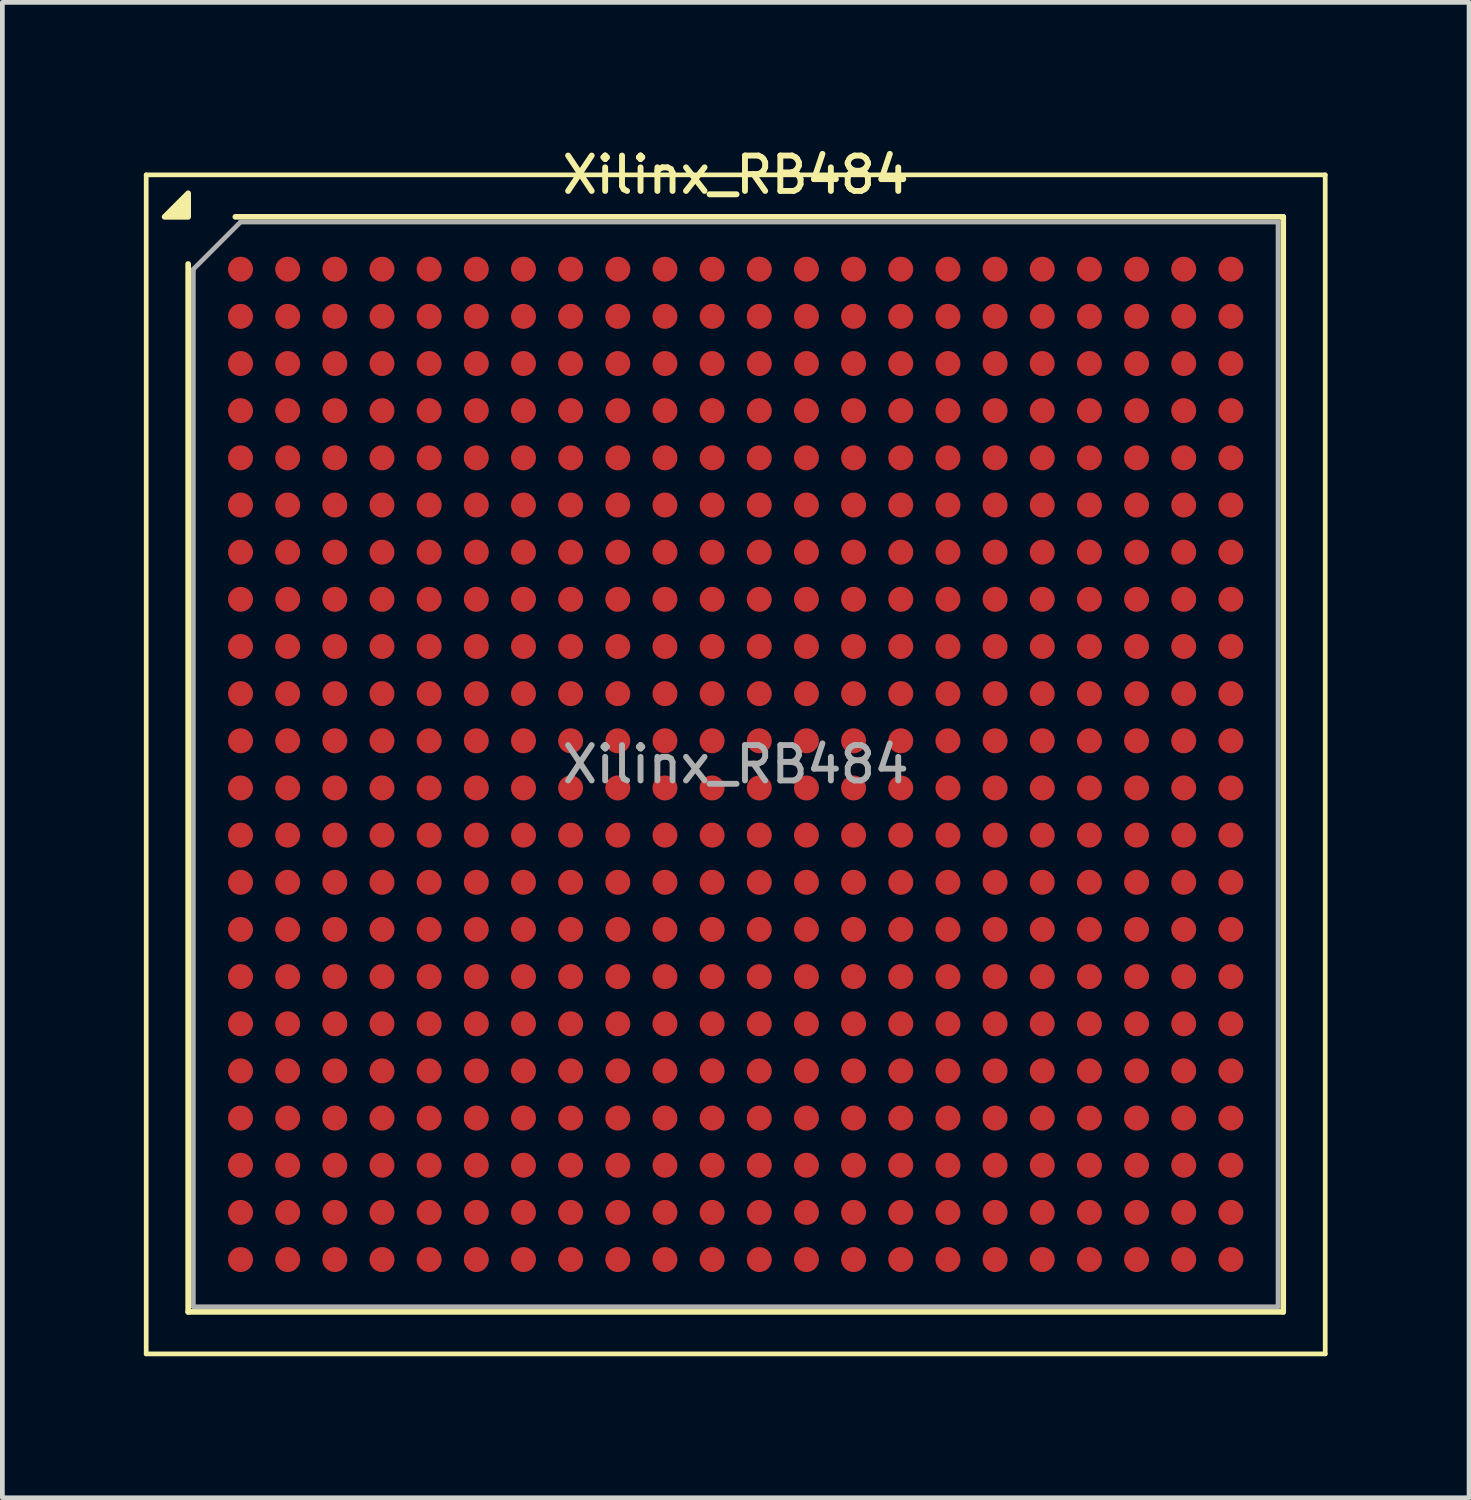
<source format=kicad_pcb>
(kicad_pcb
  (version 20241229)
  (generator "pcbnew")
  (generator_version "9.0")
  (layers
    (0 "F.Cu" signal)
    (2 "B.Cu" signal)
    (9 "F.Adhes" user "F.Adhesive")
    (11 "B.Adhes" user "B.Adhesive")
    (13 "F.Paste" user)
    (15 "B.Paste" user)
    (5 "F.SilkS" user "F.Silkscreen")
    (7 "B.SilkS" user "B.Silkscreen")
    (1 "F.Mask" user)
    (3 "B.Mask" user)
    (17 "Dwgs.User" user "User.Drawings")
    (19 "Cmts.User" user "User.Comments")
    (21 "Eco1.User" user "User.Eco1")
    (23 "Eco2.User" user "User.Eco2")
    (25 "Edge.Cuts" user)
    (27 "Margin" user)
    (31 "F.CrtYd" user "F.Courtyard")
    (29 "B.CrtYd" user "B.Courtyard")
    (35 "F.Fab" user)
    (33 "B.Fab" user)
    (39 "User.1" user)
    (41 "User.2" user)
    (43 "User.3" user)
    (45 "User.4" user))
  (footprint "Xilinx_RB484"
    (layer "F.Cu")
    (at 12.55 13.158)
    (property "Reference" "Xilinx_RB484" (at 0 -12.5 0) (layer "F.SilkS") (effects (font (size 0.75 0.75) (thickness 0.125))))
    (attr smd)
    (fp_line (start -12.5 -12.5) (end -12.5 12.5) (stroke (width 0.1) (type solid)) (layer "F.SilkS"))
    (fp_line (start -12.5 12.5) (end 12.5 12.5) (stroke (width 0.1) (type solid)) (layer "F.SilkS"))
    (fp_line (start -11.61 11.61) (end -11.61 -10.61) (stroke (width 0.12) (type solid)) (layer "F.SilkS"))
    (fp_line (start -10.61 -11.61) (end 11.61 -11.61) (stroke (width 0.12) (type solid)) (layer "F.SilkS"))
    (fp_line (start 11.61 -11.61) (end 11.61 11.61) (stroke (width 0.12) (type solid)) (layer "F.SilkS"))
    (fp_line (start 11.61 11.61) (end -11.61 11.61) (stroke (width 0.12) (type solid)) (layer "F.SilkS"))
    (fp_line (start 12.5 -12.5) (end -12.5 -12.5) (stroke (width 0.1) (type solid)) (layer "F.SilkS"))
    (fp_line (start 12.5 12.5) (end 12.5 -12.5) (stroke (width 0.1) (type solid)) (layer "F.SilkS"))
    (fp_poly (pts (xy -11.61 -11.61) (xy -12.11 -11.61) (xy -11.61 -12.11) (xy -11.61 -11.61)) (stroke (width 0.12) (type solid)) (fill yes) (layer "F.SilkS"))
    (fp_line (start -11.5 -10.5) (end -10.5 -11.5) (stroke (width 0.1) (type solid)) (layer "F.Fab"))
    (fp_line (start -11.5 11.5) (end -11.5 -10.5) (stroke (width 0.1) (type solid)) (layer "F.Fab"))
    (fp_line (start -10.5 -11.5) (end 11.5 -11.5) (stroke (width 0.1) (type solid)) (layer "F.Fab"))
    (fp_line (start 11.5 -11.5) (end 11.5 11.5) (stroke (width 0.1) (type solid)) (layer "F.Fab"))
    (fp_line (start 11.5 11.5) (end -11.5 11.5) (stroke (width 0.1) (type solid)) (layer "F.Fab"))
    (fp_text user "${REFERENCE}" (at 0 0 0) (layer "F.Fab") (effects (font (size 0.75 0.75) (thickness 0.125))))
    (pad "A1" smd circle (at -10.5 -10.5) (size 0.53 0.53) (property pad_prop_bga) (layers "F.Cu" "F.Mask" "F.Paste"))
    (pad "A2" smd circle (at -9.5 -10.5) (size 0.53 0.53) (property pad_prop_bga) (layers "F.Cu" "F.Mask" "F.Paste"))
    (pad "A3" smd circle (at -8.5 -10.5) (size 0.53 0.53) (property pad_prop_bga) (layers "F.Cu" "F.Mask" "F.Paste"))
    (pad "A4" smd circle (at -7.5 -10.5) (size 0.53 0.53) (property pad_prop_bga) (layers "F.Cu" "F.Mask" "F.Paste"))
    (pad "A5" smd circle (at -6.5 -10.5) (size 0.53 0.53) (property pad_prop_bga) (layers "F.Cu" "F.Mask" "F.Paste"))
    (pad "A6" smd circle (at -5.5 -10.5) (size 0.53 0.53) (property pad_prop_bga) (layers "F.Cu" "F.Mask" "F.Paste"))
    (pad "A7" smd circle (at -4.5 -10.5) (size 0.53 0.53) (property pad_prop_bga) (layers "F.Cu" "F.Mask" "F.Paste"))
    (pad "A8" smd circle (at -3.5 -10.5) (size 0.53 0.53) (property pad_prop_bga) (layers "F.Cu" "F.Mask" "F.Paste"))
    (pad "A9" smd circle (at -2.5 -10.5) (size 0.53 0.53) (property pad_prop_bga) (layers "F.Cu" "F.Mask" "F.Paste"))
    (pad "A10" smd circle (at -1.5 -10.5) (size 0.53 0.53) (property pad_prop_bga) (layers "F.Cu" "F.Mask" "F.Paste"))
    (pad "A11" smd circle (at -0.5 -10.5) (size 0.53 0.53) (property pad_prop_bga) (layers "F.Cu" "F.Mask" "F.Paste"))
    (pad "A12" smd circle (at 0.5 -10.5) (size 0.53 0.53) (property pad_prop_bga) (layers "F.Cu" "F.Mask" "F.Paste"))
    (pad "A13" smd circle (at 1.5 -10.5) (size 0.53 0.53) (property pad_prop_bga) (layers "F.Cu" "F.Mask" "F.Paste"))
    (pad "A14" smd circle (at 2.5 -10.5) (size 0.53 0.53) (property pad_prop_bga) (layers "F.Cu" "F.Mask" "F.Paste"))
    (pad "A15" smd circle (at 3.5 -10.5) (size 0.53 0.53) (property pad_prop_bga) (layers "F.Cu" "F.Mask" "F.Paste"))
    (pad "A16" smd circle (at 4.5 -10.5) (size 0.53 0.53) (property pad_prop_bga) (layers "F.Cu" "F.Mask" "F.Paste"))
    (pad "A17" smd circle (at 5.5 -10.5) (size 0.53 0.53) (property pad_prop_bga) (layers "F.Cu" "F.Mask" "F.Paste"))
    (pad "A18" smd circle (at 6.5 -10.5) (size 0.53 0.53) (property pad_prop_bga) (layers "F.Cu" "F.Mask" "F.Paste"))
    (pad "A19" smd circle (at 7.5 -10.5) (size 0.53 0.53) (property pad_prop_bga) (layers "F.Cu" "F.Mask" "F.Paste"))
    (pad "A20" smd circle (at 8.5 -10.5) (size 0.53 0.53) (property pad_prop_bga) (layers "F.Cu" "F.Mask" "F.Paste"))
    (pad "A21" smd circle (at 9.5 -10.5) (size 0.53 0.53) (property pad_prop_bga) (layers "F.Cu" "F.Mask" "F.Paste"))
    (pad "A22" smd circle (at 10.5 -10.5) (size 0.53 0.53) (property pad_prop_bga) (layers "F.Cu" "F.Mask" "F.Paste"))
    (pad "AA1" smd circle (at -10.5 9.5) (size 0.53 0.53) (property pad_prop_bga) (layers "F.Cu" "F.Mask" "F.Paste"))
    (pad "AA2" smd circle (at -9.5 9.5) (size 0.53 0.53) (property pad_prop_bga) (layers "F.Cu" "F.Mask" "F.Paste"))
    (pad "AA3" smd circle (at -8.5 9.5) (size 0.53 0.53) (property pad_prop_bga) (layers "F.Cu" "F.Mask" "F.Paste"))
    (pad "AA4" smd circle (at -7.5 9.5) (size 0.53 0.53) (property pad_prop_bga) (layers "F.Cu" "F.Mask" "F.Paste"))
    (pad "AA5" smd circle (at -6.5 9.5) (size 0.53 0.53) (property pad_prop_bga) (layers "F.Cu" "F.Mask" "F.Paste"))
    (pad "AA6" smd circle (at -5.5 9.5) (size 0.53 0.53) (property pad_prop_bga) (layers "F.Cu" "F.Mask" "F.Paste"))
    (pad "AA7" smd circle (at -4.5 9.5) (size 0.53 0.53) (property pad_prop_bga) (layers "F.Cu" "F.Mask" "F.Paste"))
    (pad "AA8" smd circle (at -3.5 9.5) (size 0.53 0.53) (property pad_prop_bga) (layers "F.Cu" "F.Mask" "F.Paste"))
    (pad "AA9" smd circle (at -2.5 9.5) (size 0.53 0.53) (property pad_prop_bga) (layers "F.Cu" "F.Mask" "F.Paste"))
    (pad "AA10" smd circle (at -1.5 9.5) (size 0.53 0.53) (property pad_prop_bga) (layers "F.Cu" "F.Mask" "F.Paste"))
    (pad "AA11" smd circle (at -0.5 9.5) (size 0.53 0.53) (property pad_prop_bga) (layers "F.Cu" "F.Mask" "F.Paste"))
    (pad "AA12" smd circle (at 0.5 9.5) (size 0.53 0.53) (property pad_prop_bga) (layers "F.Cu" "F.Mask" "F.Paste"))
    (pad "AA13" smd circle (at 1.5 9.5) (size 0.53 0.53) (property pad_prop_bga) (layers "F.Cu" "F.Mask" "F.Paste"))
    (pad "AA14" smd circle (at 2.5 9.5) (size 0.53 0.53) (property pad_prop_bga) (layers "F.Cu" "F.Mask" "F.Paste"))
    (pad "AA15" smd circle (at 3.5 9.5) (size 0.53 0.53) (property pad_prop_bga) (layers "F.Cu" "F.Mask" "F.Paste"))
    (pad "AA16" smd circle (at 4.5 9.5) (size 0.53 0.53) (property pad_prop_bga) (layers "F.Cu" "F.Mask" "F.Paste"))
    (pad "AA17" smd circle (at 5.5 9.5) (size 0.53 0.53) (property pad_prop_bga) (layers "F.Cu" "F.Mask" "F.Paste"))
    (pad "AA18" smd circle (at 6.5 9.5) (size 0.53 0.53) (property pad_prop_bga) (layers "F.Cu" "F.Mask" "F.Paste"))
    (pad "AA19" smd circle (at 7.5 9.5) (size 0.53 0.53) (property pad_prop_bga) (layers "F.Cu" "F.Mask" "F.Paste"))
    (pad "AA20" smd circle (at 8.5 9.5) (size 0.53 0.53) (property pad_prop_bga) (layers "F.Cu" "F.Mask" "F.Paste"))
    (pad "AA21" smd circle (at 9.5 9.5) (size 0.53 0.53) (property pad_prop_bga) (layers "F.Cu" "F.Mask" "F.Paste"))
    (pad "AA22" smd circle (at 10.5 9.5) (size 0.53 0.53) (property pad_prop_bga) (layers "F.Cu" "F.Mask" "F.Paste"))
    (pad "AB1" smd circle (at -10.5 10.5) (size 0.53 0.53) (property pad_prop_bga) (layers "F.Cu" "F.Mask" "F.Paste"))
    (pad "AB2" smd circle (at -9.5 10.5) (size 0.53 0.53) (property pad_prop_bga) (layers "F.Cu" "F.Mask" "F.Paste"))
    (pad "AB3" smd circle (at -8.5 10.5) (size 0.53 0.53) (property pad_prop_bga) (layers "F.Cu" "F.Mask" "F.Paste"))
    (pad "AB4" smd circle (at -7.5 10.5) (size 0.53 0.53) (property pad_prop_bga) (layers "F.Cu" "F.Mask" "F.Paste"))
    (pad "AB5" smd circle (at -6.5 10.5) (size 0.53 0.53) (property pad_prop_bga) (layers "F.Cu" "F.Mask" "F.Paste"))
    (pad "AB6" smd circle (at -5.5 10.5) (size 0.53 0.53) (property pad_prop_bga) (layers "F.Cu" "F.Mask" "F.Paste"))
    (pad "AB7" smd circle (at -4.5 10.5) (size 0.53 0.53) (property pad_prop_bga) (layers "F.Cu" "F.Mask" "F.Paste"))
    (pad "AB8" smd circle (at -3.5 10.5) (size 0.53 0.53) (property pad_prop_bga) (layers "F.Cu" "F.Mask" "F.Paste"))
    (pad "AB9" smd circle (at -2.5 10.5) (size 0.53 0.53) (property pad_prop_bga) (layers "F.Cu" "F.Mask" "F.Paste"))
    (pad "AB10" smd circle (at -1.5 10.5) (size 0.53 0.53) (property pad_prop_bga) (layers "F.Cu" "F.Mask" "F.Paste"))
    (pad "AB11" smd circle (at -0.5 10.5) (size 0.53 0.53) (property pad_prop_bga) (layers "F.Cu" "F.Mask" "F.Paste"))
    (pad "AB12" smd circle (at 0.5 10.5) (size 0.53 0.53) (property pad_prop_bga) (layers "F.Cu" "F.Mask" "F.Paste"))
    (pad "AB13" smd circle (at 1.5 10.5) (size 0.53 0.53) (property pad_prop_bga) (layers "F.Cu" "F.Mask" "F.Paste"))
    (pad "AB14" smd circle (at 2.5 10.5) (size 0.53 0.53) (property pad_prop_bga) (layers "F.Cu" "F.Mask" "F.Paste"))
    (pad "AB15" smd circle (at 3.5 10.5) (size 0.53 0.53) (property pad_prop_bga) (layers "F.Cu" "F.Mask" "F.Paste"))
    (pad "AB16" smd circle (at 4.5 10.5) (size 0.53 0.53) (property pad_prop_bga) (layers "F.Cu" "F.Mask" "F.Paste"))
    (pad "AB17" smd circle (at 5.5 10.5) (size 0.53 0.53) (property pad_prop_bga) (layers "F.Cu" "F.Mask" "F.Paste"))
    (pad "AB18" smd circle (at 6.5 10.5) (size 0.53 0.53) (property pad_prop_bga) (layers "F.Cu" "F.Mask" "F.Paste"))
    (pad "AB19" smd circle (at 7.5 10.5) (size 0.53 0.53) (property pad_prop_bga) (layers "F.Cu" "F.Mask" "F.Paste"))
    (pad "AB20" smd circle (at 8.5 10.5) (size 0.53 0.53) (property pad_prop_bga) (layers "F.Cu" "F.Mask" "F.Paste"))
    (pad "AB21" smd circle (at 9.5 10.5) (size 0.53 0.53) (property pad_prop_bga) (layers "F.Cu" "F.Mask" "F.Paste"))
    (pad "AB22" smd circle (at 10.5 10.5) (size 0.53 0.53) (property pad_prop_bga) (layers "F.Cu" "F.Mask" "F.Paste"))
    (pad "B1" smd circle (at -10.5 -9.5) (size 0.53 0.53) (property pad_prop_bga) (layers "F.Cu" "F.Mask" "F.Paste"))
    (pad "B2" smd circle (at -9.5 -9.5) (size 0.53 0.53) (property pad_prop_bga) (layers "F.Cu" "F.Mask" "F.Paste"))
    (pad "B3" smd circle (at -8.5 -9.5) (size 0.53 0.53) (property pad_prop_bga) (layers "F.Cu" "F.Mask" "F.Paste"))
    (pad "B4" smd circle (at -7.5 -9.5) (size 0.53 0.53) (property pad_prop_bga) (layers "F.Cu" "F.Mask" "F.Paste"))
    (pad "B5" smd circle (at -6.5 -9.5) (size 0.53 0.53) (property pad_prop_bga) (layers "F.Cu" "F.Mask" "F.Paste"))
    (pad "B6" smd circle (at -5.5 -9.5) (size 0.53 0.53) (property pad_prop_bga) (layers "F.Cu" "F.Mask" "F.Paste"))
    (pad "B7" smd circle (at -4.5 -9.5) (size 0.53 0.53) (property pad_prop_bga) (layers "F.Cu" "F.Mask" "F.Paste"))
    (pad "B8" smd circle (at -3.5 -9.5) (size 0.53 0.53) (property pad_prop_bga) (layers "F.Cu" "F.Mask" "F.Paste"))
    (pad "B9" smd circle (at -2.5 -9.5) (size 0.53 0.53) (property pad_prop_bga) (layers "F.Cu" "F.Mask" "F.Paste"))
    (pad "B10" smd circle (at -1.5 -9.5) (size 0.53 0.53) (property pad_prop_bga) (layers "F.Cu" "F.Mask" "F.Paste"))
    (pad "B11" smd circle (at -0.5 -9.5) (size 0.53 0.53) (property pad_prop_bga) (layers "F.Cu" "F.Mask" "F.Paste"))
    (pad "B12" smd circle (at 0.5 -9.5) (size 0.53 0.53) (property pad_prop_bga) (layers "F.Cu" "F.Mask" "F.Paste"))
    (pad "B13" smd circle (at 1.5 -9.5) (size 0.53 0.53) (property pad_prop_bga) (layers "F.Cu" "F.Mask" "F.Paste"))
    (pad "B14" smd circle (at 2.5 -9.5) (size 0.53 0.53) (property pad_prop_bga) (layers "F.Cu" "F.Mask" "F.Paste"))
    (pad "B15" smd circle (at 3.5 -9.5) (size 0.53 0.53) (property pad_prop_bga) (layers "F.Cu" "F.Mask" "F.Paste"))
    (pad "B16" smd circle (at 4.5 -9.5) (size 0.53 0.53) (property pad_prop_bga) (layers "F.Cu" "F.Mask" "F.Paste"))
    (pad "B17" smd circle (at 5.5 -9.5) (size 0.53 0.53) (property pad_prop_bga) (layers "F.Cu" "F.Mask" "F.Paste"))
    (pad "B18" smd circle (at 6.5 -9.5) (size 0.53 0.53) (property pad_prop_bga) (layers "F.Cu" "F.Mask" "F.Paste"))
    (pad "B19" smd circle (at 7.5 -9.5) (size 0.53 0.53) (property pad_prop_bga) (layers "F.Cu" "F.Mask" "F.Paste"))
    (pad "B20" smd circle (at 8.5 -9.5) (size 0.53 0.53) (property pad_prop_bga) (layers "F.Cu" "F.Mask" "F.Paste"))
    (pad "B21" smd circle (at 9.5 -9.5) (size 0.53 0.53) (property pad_prop_bga) (layers "F.Cu" "F.Mask" "F.Paste"))
    (pad "B22" smd circle (at 10.5 -9.5) (size 0.53 0.53) (property pad_prop_bga) (layers "F.Cu" "F.Mask" "F.Paste"))
    (pad "C1" smd circle (at -10.5 -8.5) (size 0.53 0.53) (property pad_prop_bga) (layers "F.Cu" "F.Mask" "F.Paste"))
    (pad "C2" smd circle (at -9.5 -8.5) (size 0.53 0.53) (property pad_prop_bga) (layers "F.Cu" "F.Mask" "F.Paste"))
    (pad "C3" smd circle (at -8.5 -8.5) (size 0.53 0.53) (property pad_prop_bga) (layers "F.Cu" "F.Mask" "F.Paste"))
    (pad "C4" smd circle (at -7.5 -8.5) (size 0.53 0.53) (property pad_prop_bga) (layers "F.Cu" "F.Mask" "F.Paste"))
    (pad "C5" smd circle (at -6.5 -8.5) (size 0.53 0.53) (property pad_prop_bga) (layers "F.Cu" "F.Mask" "F.Paste"))
    (pad "C6" smd circle (at -5.5 -8.5) (size 0.53 0.53) (property pad_prop_bga) (layers "F.Cu" "F.Mask" "F.Paste"))
    (pad "C7" smd circle (at -4.5 -8.5) (size 0.53 0.53) (property pad_prop_bga) (layers "F.Cu" "F.Mask" "F.Paste"))
    (pad "C8" smd circle (at -3.5 -8.5) (size 0.53 0.53) (property pad_prop_bga) (layers "F.Cu" "F.Mask" "F.Paste"))
    (pad "C9" smd circle (at -2.5 -8.5) (size 0.53 0.53) (property pad_prop_bga) (layers "F.Cu" "F.Mask" "F.Paste"))
    (pad "C10" smd circle (at -1.5 -8.5) (size 0.53 0.53) (property pad_prop_bga) (layers "F.Cu" "F.Mask" "F.Paste"))
    (pad "C11" smd circle (at -0.5 -8.5) (size 0.53 0.53) (property pad_prop_bga) (layers "F.Cu" "F.Mask" "F.Paste"))
    (pad "C12" smd circle (at 0.5 -8.5) (size 0.53 0.53) (property pad_prop_bga) (layers "F.Cu" "F.Mask" "F.Paste"))
    (pad "C13" smd circle (at 1.5 -8.5) (size 0.53 0.53) (property pad_prop_bga) (layers "F.Cu" "F.Mask" "F.Paste"))
    (pad "C14" smd circle (at 2.5 -8.5) (size 0.53 0.53) (property pad_prop_bga) (layers "F.Cu" "F.Mask" "F.Paste"))
    (pad "C15" smd circle (at 3.5 -8.5) (size 0.53 0.53) (property pad_prop_bga) (layers "F.Cu" "F.Mask" "F.Paste"))
    (pad "C16" smd circle (at 4.5 -8.5) (size 0.53 0.53) (property pad_prop_bga) (layers "F.Cu" "F.Mask" "F.Paste"))
    (pad "C17" smd circle (at 5.5 -8.5) (size 0.53 0.53) (property pad_prop_bga) (layers "F.Cu" "F.Mask" "F.Paste"))
    (pad "C18" smd circle (at 6.5 -8.5) (size 0.53 0.53) (property pad_prop_bga) (layers "F.Cu" "F.Mask" "F.Paste"))
    (pad "C19" smd circle (at 7.5 -8.5) (size 0.53 0.53) (property pad_prop_bga) (layers "F.Cu" "F.Mask" "F.Paste"))
    (pad "C20" smd circle (at 8.5 -8.5) (size 0.53 0.53) (property pad_prop_bga) (layers "F.Cu" "F.Mask" "F.Paste"))
    (pad "C21" smd circle (at 9.5 -8.5) (size 0.53 0.53) (property pad_prop_bga) (layers "F.Cu" "F.Mask" "F.Paste"))
    (pad "C22" smd circle (at 10.5 -8.5) (size 0.53 0.53) (property pad_prop_bga) (layers "F.Cu" "F.Mask" "F.Paste"))
    (pad "D1" smd circle (at -10.5 -7.5) (size 0.53 0.53) (property pad_prop_bga) (layers "F.Cu" "F.Mask" "F.Paste"))
    (pad "D2" smd circle (at -9.5 -7.5) (size 0.53 0.53) (property pad_prop_bga) (layers "F.Cu" "F.Mask" "F.Paste"))
    (pad "D3" smd circle (at -8.5 -7.5) (size 0.53 0.53) (property pad_prop_bga) (layers "F.Cu" "F.Mask" "F.Paste"))
    (pad "D4" smd circle (at -7.5 -7.5) (size 0.53 0.53) (property pad_prop_bga) (layers "F.Cu" "F.Mask" "F.Paste"))
    (pad "D5" smd circle (at -6.5 -7.5) (size 0.53 0.53) (property pad_prop_bga) (layers "F.Cu" "F.Mask" "F.Paste"))
    (pad "D6" smd circle (at -5.5 -7.5) (size 0.53 0.53) (property pad_prop_bga) (layers "F.Cu" "F.Mask" "F.Paste"))
    (pad "D7" smd circle (at -4.5 -7.5) (size 0.53 0.53) (property pad_prop_bga) (layers "F.Cu" "F.Mask" "F.Paste"))
    (pad "D8" smd circle (at -3.5 -7.5) (size 0.53 0.53) (property pad_prop_bga) (layers "F.Cu" "F.Mask" "F.Paste"))
    (pad "D9" smd circle (at -2.5 -7.5) (size 0.53 0.53) (property pad_prop_bga) (layers "F.Cu" "F.Mask" "F.Paste"))
    (pad "D10" smd circle (at -1.5 -7.5) (size 0.53 0.53) (property pad_prop_bga) (layers "F.Cu" "F.Mask" "F.Paste"))
    (pad "D11" smd circle (at -0.5 -7.5) (size 0.53 0.53) (property pad_prop_bga) (layers "F.Cu" "F.Mask" "F.Paste"))
    (pad "D12" smd circle (at 0.5 -7.5) (size 0.53 0.53) (property pad_prop_bga) (layers "F.Cu" "F.Mask" "F.Paste"))
    (pad "D13" smd circle (at 1.5 -7.5) (size 0.53 0.53) (property pad_prop_bga) (layers "F.Cu" "F.Mask" "F.Paste"))
    (pad "D14" smd circle (at 2.5 -7.5) (size 0.53 0.53) (property pad_prop_bga) (layers "F.Cu" "F.Mask" "F.Paste"))
    (pad "D15" smd circle (at 3.5 -7.5) (size 0.53 0.53) (property pad_prop_bga) (layers "F.Cu" "F.Mask" "F.Paste"))
    (pad "D16" smd circle (at 4.5 -7.5) (size 0.53 0.53) (property pad_prop_bga) (layers "F.Cu" "F.Mask" "F.Paste"))
    (pad "D17" smd circle (at 5.5 -7.5) (size 0.53 0.53) (property pad_prop_bga) (layers "F.Cu" "F.Mask" "F.Paste"))
    (pad "D18" smd circle (at 6.5 -7.5) (size 0.53 0.53) (property pad_prop_bga) (layers "F.Cu" "F.Mask" "F.Paste"))
    (pad "D19" smd circle (at 7.5 -7.5) (size 0.53 0.53) (property pad_prop_bga) (layers "F.Cu" "F.Mask" "F.Paste"))
    (pad "D20" smd circle (at 8.5 -7.5) (size 0.53 0.53) (property pad_prop_bga) (layers "F.Cu" "F.Mask" "F.Paste"))
    (pad "D21" smd circle (at 9.5 -7.5) (size 0.53 0.53) (property pad_prop_bga) (layers "F.Cu" "F.Mask" "F.Paste"))
    (pad "D22" smd circle (at 10.5 -7.5) (size 0.53 0.53) (property pad_prop_bga) (layers "F.Cu" "F.Mask" "F.Paste"))
    (pad "E1" smd circle (at -10.5 -6.5) (size 0.53 0.53) (property pad_prop_bga) (layers "F.Cu" "F.Mask" "F.Paste"))
    (pad "E2" smd circle (at -9.5 -6.5) (size 0.53 0.53) (property pad_prop_bga) (layers "F.Cu" "F.Mask" "F.Paste"))
    (pad "E3" smd circle (at -8.5 -6.5) (size 0.53 0.53) (property pad_prop_bga) (layers "F.Cu" "F.Mask" "F.Paste"))
    (pad "E4" smd circle (at -7.5 -6.5) (size 0.53 0.53) (property pad_prop_bga) (layers "F.Cu" "F.Mask" "F.Paste"))
    (pad "E5" smd circle (at -6.5 -6.5) (size 0.53 0.53) (property pad_prop_bga) (layers "F.Cu" "F.Mask" "F.Paste"))
    (pad "E6" smd circle (at -5.5 -6.5) (size 0.53 0.53) (property pad_prop_bga) (layers "F.Cu" "F.Mask" "F.Paste"))
    (pad "E7" smd circle (at -4.5 -6.5) (size 0.53 0.53) (property pad_prop_bga) (layers "F.Cu" "F.Mask" "F.Paste"))
    (pad "E8" smd circle (at -3.5 -6.5) (size 0.53 0.53) (property pad_prop_bga) (layers "F.Cu" "F.Mask" "F.Paste"))
    (pad "E9" smd circle (at -2.5 -6.5) (size 0.53 0.53) (property pad_prop_bga) (layers "F.Cu" "F.Mask" "F.Paste"))
    (pad "E10" smd circle (at -1.5 -6.5) (size 0.53 0.53) (property pad_prop_bga) (layers "F.Cu" "F.Mask" "F.Paste"))
    (pad "E11" smd circle (at -0.5 -6.5) (size 0.53 0.53) (property pad_prop_bga) (layers "F.Cu" "F.Mask" "F.Paste"))
    (pad "E12" smd circle (at 0.5 -6.5) (size 0.53 0.53) (property pad_prop_bga) (layers "F.Cu" "F.Mask" "F.Paste"))
    (pad "E13" smd circle (at 1.5 -6.5) (size 0.53 0.53) (property pad_prop_bga) (layers "F.Cu" "F.Mask" "F.Paste"))
    (pad "E14" smd circle (at 2.5 -6.5) (size 0.53 0.53) (property pad_prop_bga) (layers "F.Cu" "F.Mask" "F.Paste"))
    (pad "E15" smd circle (at 3.5 -6.5) (size 0.53 0.53) (property pad_prop_bga) (layers "F.Cu" "F.Mask" "F.Paste"))
    (pad "E16" smd circle (at 4.5 -6.5) (size 0.53 0.53) (property pad_prop_bga) (layers "F.Cu" "F.Mask" "F.Paste"))
    (pad "E17" smd circle (at 5.5 -6.5) (size 0.53 0.53) (property pad_prop_bga) (layers "F.Cu" "F.Mask" "F.Paste"))
    (pad "E18" smd circle (at 6.5 -6.5) (size 0.53 0.53) (property pad_prop_bga) (layers "F.Cu" "F.Mask" "F.Paste"))
    (pad "E19" smd circle (at 7.5 -6.5) (size 0.53 0.53) (property pad_prop_bga) (layers "F.Cu" "F.Mask" "F.Paste"))
    (pad "E20" smd circle (at 8.5 -6.5) (size 0.53 0.53) (property pad_prop_bga) (layers "F.Cu" "F.Mask" "F.Paste"))
    (pad "E21" smd circle (at 9.5 -6.5) (size 0.53 0.53) (property pad_prop_bga) (layers "F.Cu" "F.Mask" "F.Paste"))
    (pad "E22" smd circle (at 10.5 -6.5) (size 0.53 0.53) (property pad_prop_bga) (layers "F.Cu" "F.Mask" "F.Paste"))
    (pad "F1" smd circle (at -10.5 -5.5) (size 0.53 0.53) (property pad_prop_bga) (layers "F.Cu" "F.Mask" "F.Paste"))
    (pad "F2" smd circle (at -9.5 -5.5) (size 0.53 0.53) (property pad_prop_bga) (layers "F.Cu" "F.Mask" "F.Paste"))
    (pad "F3" smd circle (at -8.5 -5.5) (size 0.53 0.53) (property pad_prop_bga) (layers "F.Cu" "F.Mask" "F.Paste"))
    (pad "F4" smd circle (at -7.5 -5.5) (size 0.53 0.53) (property pad_prop_bga) (layers "F.Cu" "F.Mask" "F.Paste"))
    (pad "F5" smd circle (at -6.5 -5.5) (size 0.53 0.53) (property pad_prop_bga) (layers "F.Cu" "F.Mask" "F.Paste"))
    (pad "F6" smd circle (at -5.5 -5.5) (size 0.53 0.53) (property pad_prop_bga) (layers "F.Cu" "F.Mask" "F.Paste"))
    (pad "F7" smd circle (at -4.5 -5.5) (size 0.53 0.53) (property pad_prop_bga) (layers "F.Cu" "F.Mask" "F.Paste"))
    (pad "F8" smd circle (at -3.5 -5.5) (size 0.53 0.53) (property pad_prop_bga) (layers "F.Cu" "F.Mask" "F.Paste"))
    (pad "F9" smd circle (at -2.5 -5.5) (size 0.53 0.53) (property pad_prop_bga) (layers "F.Cu" "F.Mask" "F.Paste"))
    (pad "F10" smd circle (at -1.5 -5.5) (size 0.53 0.53) (property pad_prop_bga) (layers "F.Cu" "F.Mask" "F.Paste"))
    (pad "F11" smd circle (at -0.5 -5.5) (size 0.53 0.53) (property pad_prop_bga) (layers "F.Cu" "F.Mask" "F.Paste"))
    (pad "F12" smd circle (at 0.5 -5.5) (size 0.53 0.53) (property pad_prop_bga) (layers "F.Cu" "F.Mask" "F.Paste"))
    (pad "F13" smd circle (at 1.5 -5.5) (size 0.53 0.53) (property pad_prop_bga) (layers "F.Cu" "F.Mask" "F.Paste"))
    (pad "F14" smd circle (at 2.5 -5.5) (size 0.53 0.53) (property pad_prop_bga) (layers "F.Cu" "F.Mask" "F.Paste"))
    (pad "F15" smd circle (at 3.5 -5.5) (size 0.53 0.53) (property pad_prop_bga) (layers "F.Cu" "F.Mask" "F.Paste"))
    (pad "F16" smd circle (at 4.5 -5.5) (size 0.53 0.53) (property pad_prop_bga) (layers "F.Cu" "F.Mask" "F.Paste"))
    (pad "F17" smd circle (at 5.5 -5.5) (size 0.53 0.53) (property pad_prop_bga) (layers "F.Cu" "F.Mask" "F.Paste"))
    (pad "F18" smd circle (at 6.5 -5.5) (size 0.53 0.53) (property pad_prop_bga) (layers "F.Cu" "F.Mask" "F.Paste"))
    (pad "F19" smd circle (at 7.5 -5.5) (size 0.53 0.53) (property pad_prop_bga) (layers "F.Cu" "F.Mask" "F.Paste"))
    (pad "F20" smd circle (at 8.5 -5.5) (size 0.53 0.53) (property pad_prop_bga) (layers "F.Cu" "F.Mask" "F.Paste"))
    (pad "F21" smd circle (at 9.5 -5.5) (size 0.53 0.53) (property pad_prop_bga) (layers "F.Cu" "F.Mask" "F.Paste"))
    (pad "F22" smd circle (at 10.5 -5.5) (size 0.53 0.53) (property pad_prop_bga) (layers "F.Cu" "F.Mask" "F.Paste"))
    (pad "G1" smd circle (at -10.5 -4.5) (size 0.53 0.53) (property pad_prop_bga) (layers "F.Cu" "F.Mask" "F.Paste"))
    (pad "G2" smd circle (at -9.5 -4.5) (size 0.53 0.53) (property pad_prop_bga) (layers "F.Cu" "F.Mask" "F.Paste"))
    (pad "G3" smd circle (at -8.5 -4.5) (size 0.53 0.53) (property pad_prop_bga) (layers "F.Cu" "F.Mask" "F.Paste"))
    (pad "G4" smd circle (at -7.5 -4.5) (size 0.53 0.53) (property pad_prop_bga) (layers "F.Cu" "F.Mask" "F.Paste"))
    (pad "G5" smd circle (at -6.5 -4.5) (size 0.53 0.53) (property pad_prop_bga) (layers "F.Cu" "F.Mask" "F.Paste"))
    (pad "G6" smd circle (at -5.5 -4.5) (size 0.53 0.53) (property pad_prop_bga) (layers "F.Cu" "F.Mask" "F.Paste"))
    (pad "G7" smd circle (at -4.5 -4.5) (size 0.53 0.53) (property pad_prop_bga) (layers "F.Cu" "F.Mask" "F.Paste"))
    (pad "G8" smd circle (at -3.5 -4.5) (size 0.53 0.53) (property pad_prop_bga) (layers "F.Cu" "F.Mask" "F.Paste"))
    (pad "G9" smd circle (at -2.5 -4.5) (size 0.53 0.53) (property pad_prop_bga) (layers "F.Cu" "F.Mask" "F.Paste"))
    (pad "G10" smd circle (at -1.5 -4.5) (size 0.53 0.53) (property pad_prop_bga) (layers "F.Cu" "F.Mask" "F.Paste"))
    (pad "G11" smd circle (at -0.5 -4.5) (size 0.53 0.53) (property pad_prop_bga) (layers "F.Cu" "F.Mask" "F.Paste"))
    (pad "G12" smd circle (at 0.5 -4.5) (size 0.53 0.53) (property pad_prop_bga) (layers "F.Cu" "F.Mask" "F.Paste"))
    (pad "G13" smd circle (at 1.5 -4.5) (size 0.53 0.53) (property pad_prop_bga) (layers "F.Cu" "F.Mask" "F.Paste"))
    (pad "G14" smd circle (at 2.5 -4.5) (size 0.53 0.53) (property pad_prop_bga) (layers "F.Cu" "F.Mask" "F.Paste"))
    (pad "G15" smd circle (at 3.5 -4.5) (size 0.53 0.53) (property pad_prop_bga) (layers "F.Cu" "F.Mask" "F.Paste"))
    (pad "G16" smd circle (at 4.5 -4.5) (size 0.53 0.53) (property pad_prop_bga) (layers "F.Cu" "F.Mask" "F.Paste"))
    (pad "G17" smd circle (at 5.5 -4.5) (size 0.53 0.53) (property pad_prop_bga) (layers "F.Cu" "F.Mask" "F.Paste"))
    (pad "G18" smd circle (at 6.5 -4.5) (size 0.53 0.53) (property pad_prop_bga) (layers "F.Cu" "F.Mask" "F.Paste"))
    (pad "G19" smd circle (at 7.5 -4.5) (size 0.53 0.53) (property pad_prop_bga) (layers "F.Cu" "F.Mask" "F.Paste"))
    (pad "G20" smd circle (at 8.5 -4.5) (size 0.53 0.53) (property pad_prop_bga) (layers "F.Cu" "F.Mask" "F.Paste"))
    (pad "G21" smd circle (at 9.5 -4.5) (size 0.53 0.53) (property pad_prop_bga) (layers "F.Cu" "F.Mask" "F.Paste"))
    (pad "G22" smd circle (at 10.5 -4.5) (size 0.53 0.53) (property pad_prop_bga) (layers "F.Cu" "F.Mask" "F.Paste"))
    (pad "H1" smd circle (at -10.5 -3.5) (size 0.53 0.53) (property pad_prop_bga) (layers "F.Cu" "F.Mask" "F.Paste"))
    (pad "H2" smd circle (at -9.5 -3.5) (size 0.53 0.53) (property pad_prop_bga) (layers "F.Cu" "F.Mask" "F.Paste"))
    (pad "H3" smd circle (at -8.5 -3.5) (size 0.53 0.53) (property pad_prop_bga) (layers "F.Cu" "F.Mask" "F.Paste"))
    (pad "H4" smd circle (at -7.5 -3.5) (size 0.53 0.53) (property pad_prop_bga) (layers "F.Cu" "F.Mask" "F.Paste"))
    (pad "H5" smd circle (at -6.5 -3.5) (size 0.53 0.53) (property pad_prop_bga) (layers "F.Cu" "F.Mask" "F.Paste"))
    (pad "H6" smd circle (at -5.5 -3.5) (size 0.53 0.53) (property pad_prop_bga) (layers "F.Cu" "F.Mask" "F.Paste"))
    (pad "H7" smd circle (at -4.5 -3.5) (size 0.53 0.53) (property pad_prop_bga) (layers "F.Cu" "F.Mask" "F.Paste"))
    (pad "H8" smd circle (at -3.5 -3.5) (size 0.53 0.53) (property pad_prop_bga) (layers "F.Cu" "F.Mask" "F.Paste"))
    (pad "H9" smd circle (at -2.5 -3.5) (size 0.53 0.53) (property pad_prop_bga) (layers "F.Cu" "F.Mask" "F.Paste"))
    (pad "H10" smd circle (at -1.5 -3.5) (size 0.53 0.53) (property pad_prop_bga) (layers "F.Cu" "F.Mask" "F.Paste"))
    (pad "H11" smd circle (at -0.5 -3.5) (size 0.53 0.53) (property pad_prop_bga) (layers "F.Cu" "F.Mask" "F.Paste"))
    (pad "H12" smd circle (at 0.5 -3.5) (size 0.53 0.53) (property pad_prop_bga) (layers "F.Cu" "F.Mask" "F.Paste"))
    (pad "H13" smd circle (at 1.5 -3.5) (size 0.53 0.53) (property pad_prop_bga) (layers "F.Cu" "F.Mask" "F.Paste"))
    (pad "H14" smd circle (at 2.5 -3.5) (size 0.53 0.53) (property pad_prop_bga) (layers "F.Cu" "F.Mask" "F.Paste"))
    (pad "H15" smd circle (at 3.5 -3.5) (size 0.53 0.53) (property pad_prop_bga) (layers "F.Cu" "F.Mask" "F.Paste"))
    (pad "H16" smd circle (at 4.5 -3.5) (size 0.53 0.53) (property pad_prop_bga) (layers "F.Cu" "F.Mask" "F.Paste"))
    (pad "H17" smd circle (at 5.5 -3.5) (size 0.53 0.53) (property pad_prop_bga) (layers "F.Cu" "F.Mask" "F.Paste"))
    (pad "H18" smd circle (at 6.5 -3.5) (size 0.53 0.53) (property pad_prop_bga) (layers "F.Cu" "F.Mask" "F.Paste"))
    (pad "H19" smd circle (at 7.5 -3.5) (size 0.53 0.53) (property pad_prop_bga) (layers "F.Cu" "F.Mask" "F.Paste"))
    (pad "H20" smd circle (at 8.5 -3.5) (size 0.53 0.53) (property pad_prop_bga) (layers "F.Cu" "F.Mask" "F.Paste"))
    (pad "H21" smd circle (at 9.5 -3.5) (size 0.53 0.53) (property pad_prop_bga) (layers "F.Cu" "F.Mask" "F.Paste"))
    (pad "H22" smd circle (at 10.5 -3.5) (size 0.53 0.53) (property pad_prop_bga) (layers "F.Cu" "F.Mask" "F.Paste"))
    (pad "J1" smd circle (at -10.5 -2.5) (size 0.53 0.53) (property pad_prop_bga) (layers "F.Cu" "F.Mask" "F.Paste"))
    (pad "J2" smd circle (at -9.5 -2.5) (size 0.53 0.53) (property pad_prop_bga) (layers "F.Cu" "F.Mask" "F.Paste"))
    (pad "J3" smd circle (at -8.5 -2.5) (size 0.53 0.53) (property pad_prop_bga) (layers "F.Cu" "F.Mask" "F.Paste"))
    (pad "J4" smd circle (at -7.5 -2.5) (size 0.53 0.53) (property pad_prop_bga) (layers "F.Cu" "F.Mask" "F.Paste"))
    (pad "J5" smd circle (at -6.5 -2.5) (size 0.53 0.53) (property pad_prop_bga) (layers "F.Cu" "F.Mask" "F.Paste"))
    (pad "J6" smd circle (at -5.5 -2.5) (size 0.53 0.53) (property pad_prop_bga) (layers "F.Cu" "F.Mask" "F.Paste"))
    (pad "J7" smd circle (at -4.5 -2.5) (size 0.53 0.53) (property pad_prop_bga) (layers "F.Cu" "F.Mask" "F.Paste"))
    (pad "J8" smd circle (at -3.5 -2.5) (size 0.53 0.53) (property pad_prop_bga) (layers "F.Cu" "F.Mask" "F.Paste"))
    (pad "J9" smd circle (at -2.5 -2.5) (size 0.53 0.53) (property pad_prop_bga) (layers "F.Cu" "F.Mask" "F.Paste"))
    (pad "J10" smd circle (at -1.5 -2.5) (size 0.53 0.53) (property pad_prop_bga) (layers "F.Cu" "F.Mask" "F.Paste"))
    (pad "J11" smd circle (at -0.5 -2.5) (size 0.53 0.53) (property pad_prop_bga) (layers "F.Cu" "F.Mask" "F.Paste"))
    (pad "J12" smd circle (at 0.5 -2.5) (size 0.53 0.53) (property pad_prop_bga) (layers "F.Cu" "F.Mask" "F.Paste"))
    (pad "J13" smd circle (at 1.5 -2.5) (size 0.53 0.53) (property pad_prop_bga) (layers "F.Cu" "F.Mask" "F.Paste"))
    (pad "J14" smd circle (at 2.5 -2.5) (size 0.53 0.53) (property pad_prop_bga) (layers "F.Cu" "F.Mask" "F.Paste"))
    (pad "J15" smd circle (at 3.5 -2.5) (size 0.53 0.53) (property pad_prop_bga) (layers "F.Cu" "F.Mask" "F.Paste"))
    (pad "J16" smd circle (at 4.5 -2.5) (size 0.53 0.53) (property pad_prop_bga) (layers "F.Cu" "F.Mask" "F.Paste"))
    (pad "J17" smd circle (at 5.5 -2.5) (size 0.53 0.53) (property pad_prop_bga) (layers "F.Cu" "F.Mask" "F.Paste"))
    (pad "J18" smd circle (at 6.5 -2.5) (size 0.53 0.53) (property pad_prop_bga) (layers "F.Cu" "F.Mask" "F.Paste"))
    (pad "J19" smd circle (at 7.5 -2.5) (size 0.53 0.53) (property pad_prop_bga) (layers "F.Cu" "F.Mask" "F.Paste"))
    (pad "J20" smd circle (at 8.5 -2.5) (size 0.53 0.53) (property pad_prop_bga) (layers "F.Cu" "F.Mask" "F.Paste"))
    (pad "J21" smd circle (at 9.5 -2.5) (size 0.53 0.53) (property pad_prop_bga) (layers "F.Cu" "F.Mask" "F.Paste"))
    (pad "J22" smd circle (at 10.5 -2.5) (size 0.53 0.53) (property pad_prop_bga) (layers "F.Cu" "F.Mask" "F.Paste"))
    (pad "K1" smd circle (at -10.5 -1.5) (size 0.53 0.53) (property pad_prop_bga) (layers "F.Cu" "F.Mask" "F.Paste"))
    (pad "K2" smd circle (at -9.5 -1.5) (size 0.53 0.53) (property pad_prop_bga) (layers "F.Cu" "F.Mask" "F.Paste"))
    (pad "K3" smd circle (at -8.5 -1.5) (size 0.53 0.53) (property pad_prop_bga) (layers "F.Cu" "F.Mask" "F.Paste"))
    (pad "K4" smd circle (at -7.5 -1.5) (size 0.53 0.53) (property pad_prop_bga) (layers "F.Cu" "F.Mask" "F.Paste"))
    (pad "K5" smd circle (at -6.5 -1.5) (size 0.53 0.53) (property pad_prop_bga) (layers "F.Cu" "F.Mask" "F.Paste"))
    (pad "K6" smd circle (at -5.5 -1.5) (size 0.53 0.53) (property pad_prop_bga) (layers "F.Cu" "F.Mask" "F.Paste"))
    (pad "K7" smd circle (at -4.5 -1.5) (size 0.53 0.53) (property pad_prop_bga) (layers "F.Cu" "F.Mask" "F.Paste"))
    (pad "K8" smd circle (at -3.5 -1.5) (size 0.53 0.53) (property pad_prop_bga) (layers "F.Cu" "F.Mask" "F.Paste"))
    (pad "K9" smd circle (at -2.5 -1.5) (size 0.53 0.53) (property pad_prop_bga) (layers "F.Cu" "F.Mask" "F.Paste"))
    (pad "K10" smd circle (at -1.5 -1.5) (size 0.53 0.53) (property pad_prop_bga) (layers "F.Cu" "F.Mask" "F.Paste"))
    (pad "K11" smd circle (at -0.5 -1.5) (size 0.53 0.53) (property pad_prop_bga) (layers "F.Cu" "F.Mask" "F.Paste"))
    (pad "K12" smd circle (at 0.5 -1.5) (size 0.53 0.53) (property pad_prop_bga) (layers "F.Cu" "F.Mask" "F.Paste"))
    (pad "K13" smd circle (at 1.5 -1.5) (size 0.53 0.53) (property pad_prop_bga) (layers "F.Cu" "F.Mask" "F.Paste"))
    (pad "K14" smd circle (at 2.5 -1.5) (size 0.53 0.53) (property pad_prop_bga) (layers "F.Cu" "F.Mask" "F.Paste"))
    (pad "K15" smd circle (at 3.5 -1.5) (size 0.53 0.53) (property pad_prop_bga) (layers "F.Cu" "F.Mask" "F.Paste"))
    (pad "K16" smd circle (at 4.5 -1.5) (size 0.53 0.53) (property pad_prop_bga) (layers "F.Cu" "F.Mask" "F.Paste"))
    (pad "K17" smd circle (at 5.5 -1.5) (size 0.53 0.53) (property pad_prop_bga) (layers "F.Cu" "F.Mask" "F.Paste"))
    (pad "K18" smd circle (at 6.5 -1.5) (size 0.53 0.53) (property pad_prop_bga) (layers "F.Cu" "F.Mask" "F.Paste"))
    (pad "K19" smd circle (at 7.5 -1.5) (size 0.53 0.53) (property pad_prop_bga) (layers "F.Cu" "F.Mask" "F.Paste"))
    (pad "K20" smd circle (at 8.5 -1.5) (size 0.53 0.53) (property pad_prop_bga) (layers "F.Cu" "F.Mask" "F.Paste"))
    (pad "K21" smd circle (at 9.5 -1.5) (size 0.53 0.53) (property pad_prop_bga) (layers "F.Cu" "F.Mask" "F.Paste"))
    (pad "K22" smd circle (at 10.5 -1.5) (size 0.53 0.53) (property pad_prop_bga) (layers "F.Cu" "F.Mask" "F.Paste"))
    (pad "L1" smd circle (at -10.5 -0.5) (size 0.53 0.53) (property pad_prop_bga) (layers "F.Cu" "F.Mask" "F.Paste"))
    (pad "L2" smd circle (at -9.5 -0.5) (size 0.53 0.53) (property pad_prop_bga) (layers "F.Cu" "F.Mask" "F.Paste"))
    (pad "L3" smd circle (at -8.5 -0.5) (size 0.53 0.53) (property pad_prop_bga) (layers "F.Cu" "F.Mask" "F.Paste"))
    (pad "L4" smd circle (at -7.5 -0.5) (size 0.53 0.53) (property pad_prop_bga) (layers "F.Cu" "F.Mask" "F.Paste"))
    (pad "L5" smd circle (at -6.5 -0.5) (size 0.53 0.53) (property pad_prop_bga) (layers "F.Cu" "F.Mask" "F.Paste"))
    (pad "L6" smd circle (at -5.5 -0.5) (size 0.53 0.53) (property pad_prop_bga) (layers "F.Cu" "F.Mask" "F.Paste"))
    (pad "L7" smd circle (at -4.5 -0.5) (size 0.53 0.53) (property pad_prop_bga) (layers "F.Cu" "F.Mask" "F.Paste"))
    (pad "L8" smd circle (at -3.5 -0.5) (size 0.53 0.53) (property pad_prop_bga) (layers "F.Cu" "F.Mask" "F.Paste"))
    (pad "L9" smd circle (at -2.5 -0.5) (size 0.53 0.53) (property pad_prop_bga) (layers "F.Cu" "F.Mask" "F.Paste"))
    (pad "L10" smd circle (at -1.5 -0.5) (size 0.53 0.53) (property pad_prop_bga) (layers "F.Cu" "F.Mask" "F.Paste"))
    (pad "L11" smd circle (at -0.5 -0.5) (size 0.53 0.53) (property pad_prop_bga) (layers "F.Cu" "F.Mask" "F.Paste"))
    (pad "L12" smd circle (at 0.5 -0.5) (size 0.53 0.53) (property pad_prop_bga) (layers "F.Cu" "F.Mask" "F.Paste"))
    (pad "L13" smd circle (at 1.5 -0.5) (size 0.53 0.53) (property pad_prop_bga) (layers "F.Cu" "F.Mask" "F.Paste"))
    (pad "L14" smd circle (at 2.5 -0.5) (size 0.53 0.53) (property pad_prop_bga) (layers "F.Cu" "F.Mask" "F.Paste"))
    (pad "L15" smd circle (at 3.5 -0.5) (size 0.53 0.53) (property pad_prop_bga) (layers "F.Cu" "F.Mask" "F.Paste"))
    (pad "L16" smd circle (at 4.5 -0.5) (size 0.53 0.53) (property pad_prop_bga) (layers "F.Cu" "F.Mask" "F.Paste"))
    (pad "L17" smd circle (at 5.5 -0.5) (size 0.53 0.53) (property pad_prop_bga) (layers "F.Cu" "F.Mask" "F.Paste"))
    (pad "L18" smd circle (at 6.5 -0.5) (size 0.53 0.53) (property pad_prop_bga) (layers "F.Cu" "F.Mask" "F.Paste"))
    (pad "L19" smd circle (at 7.5 -0.5) (size 0.53 0.53) (property pad_prop_bga) (layers "F.Cu" "F.Mask" "F.Paste"))
    (pad "L20" smd circle (at 8.5 -0.5) (size 0.53 0.53) (property pad_prop_bga) (layers "F.Cu" "F.Mask" "F.Paste"))
    (pad "L21" smd circle (at 9.5 -0.5) (size 0.53 0.53) (property pad_prop_bga) (layers "F.Cu" "F.Mask" "F.Paste"))
    (pad "L22" smd circle (at 10.5 -0.5) (size 0.53 0.53) (property pad_prop_bga) (layers "F.Cu" "F.Mask" "F.Paste"))
    (pad "M1" smd circle (at -10.5 0.5) (size 0.53 0.53) (property pad_prop_bga) (layers "F.Cu" "F.Mask" "F.Paste"))
    (pad "M2" smd circle (at -9.5 0.5) (size 0.53 0.53) (property pad_prop_bga) (layers "F.Cu" "F.Mask" "F.Paste"))
    (pad "M3" smd circle (at -8.5 0.5) (size 0.53 0.53) (property pad_prop_bga) (layers "F.Cu" "F.Mask" "F.Paste"))
    (pad "M4" smd circle (at -7.5 0.5) (size 0.53 0.53) (property pad_prop_bga) (layers "F.Cu" "F.Mask" "F.Paste"))
    (pad "M5" smd circle (at -6.5 0.5) (size 0.53 0.53) (property pad_prop_bga) (layers "F.Cu" "F.Mask" "F.Paste"))
    (pad "M6" smd circle (at -5.5 0.5) (size 0.53 0.53) (property pad_prop_bga) (layers "F.Cu" "F.Mask" "F.Paste"))
    (pad "M7" smd circle (at -4.5 0.5) (size 0.53 0.53) (property pad_prop_bga) (layers "F.Cu" "F.Mask" "F.Paste"))
    (pad "M8" smd circle (at -3.5 0.5) (size 0.53 0.53) (property pad_prop_bga) (layers "F.Cu" "F.Mask" "F.Paste"))
    (pad "M9" smd circle (at -2.5 0.5) (size 0.53 0.53) (property pad_prop_bga) (layers "F.Cu" "F.Mask" "F.Paste"))
    (pad "M10" smd circle (at -1.5 0.5) (size 0.53 0.53) (property pad_prop_bga) (layers "F.Cu" "F.Mask" "F.Paste"))
    (pad "M11" smd circle (at -0.5 0.5) (size 0.53 0.53) (property pad_prop_bga) (layers "F.Cu" "F.Mask" "F.Paste"))
    (pad "M12" smd circle (at 0.5 0.5) (size 0.53 0.53) (property pad_prop_bga) (layers "F.Cu" "F.Mask" "F.Paste"))
    (pad "M13" smd circle (at 1.5 0.5) (size 0.53 0.53) (property pad_prop_bga) (layers "F.Cu" "F.Mask" "F.Paste"))
    (pad "M14" smd circle (at 2.5 0.5) (size 0.53 0.53) (property pad_prop_bga) (layers "F.Cu" "F.Mask" "F.Paste"))
    (pad "M15" smd circle (at 3.5 0.5) (size 0.53 0.53) (property pad_prop_bga) (layers "F.Cu" "F.Mask" "F.Paste"))
    (pad "M16" smd circle (at 4.5 0.5) (size 0.53 0.53) (property pad_prop_bga) (layers "F.Cu" "F.Mask" "F.Paste"))
    (pad "M17" smd circle (at 5.5 0.5) (size 0.53 0.53) (property pad_prop_bga) (layers "F.Cu" "F.Mask" "F.Paste"))
    (pad "M18" smd circle (at 6.5 0.5) (size 0.53 0.53) (property pad_prop_bga) (layers "F.Cu" "F.Mask" "F.Paste"))
    (pad "M19" smd circle (at 7.5 0.5) (size 0.53 0.53) (property pad_prop_bga) (layers "F.Cu" "F.Mask" "F.Paste"))
    (pad "M20" smd circle (at 8.5 0.5) (size 0.53 0.53) (property pad_prop_bga) (layers "F.Cu" "F.Mask" "F.Paste"))
    (pad "M21" smd circle (at 9.5 0.5) (size 0.53 0.53) (property pad_prop_bga) (layers "F.Cu" "F.Mask" "F.Paste"))
    (pad "M22" smd circle (at 10.5 0.5) (size 0.53 0.53) (property pad_prop_bga) (layers "F.Cu" "F.Mask" "F.Paste"))
    (pad "N1" smd circle (at -10.5 1.5) (size 0.53 0.53) (property pad_prop_bga) (layers "F.Cu" "F.Mask" "F.Paste"))
    (pad "N2" smd circle (at -9.5 1.5) (size 0.53 0.53) (property pad_prop_bga) (layers "F.Cu" "F.Mask" "F.Paste"))
    (pad "N3" smd circle (at -8.5 1.5) (size 0.53 0.53) (property pad_prop_bga) (layers "F.Cu" "F.Mask" "F.Paste"))
    (pad "N4" smd circle (at -7.5 1.5) (size 0.53 0.53) (property pad_prop_bga) (layers "F.Cu" "F.Mask" "F.Paste"))
    (pad "N5" smd circle (at -6.5 1.5) (size 0.53 0.53) (property pad_prop_bga) (layers "F.Cu" "F.Mask" "F.Paste"))
    (pad "N6" smd circle (at -5.5 1.5) (size 0.53 0.53) (property pad_prop_bga) (layers "F.Cu" "F.Mask" "F.Paste"))
    (pad "N7" smd circle (at -4.5 1.5) (size 0.53 0.53) (property pad_prop_bga) (layers "F.Cu" "F.Mask" "F.Paste"))
    (pad "N8" smd circle (at -3.5 1.5) (size 0.53 0.53) (property pad_prop_bga) (layers "F.Cu" "F.Mask" "F.Paste"))
    (pad "N9" smd circle (at -2.5 1.5) (size 0.53 0.53) (property pad_prop_bga) (layers "F.Cu" "F.Mask" "F.Paste"))
    (pad "N10" smd circle (at -1.5 1.5) (size 0.53 0.53) (property pad_prop_bga) (layers "F.Cu" "F.Mask" "F.Paste"))
    (pad "N11" smd circle (at -0.5 1.5) (size 0.53 0.53) (property pad_prop_bga) (layers "F.Cu" "F.Mask" "F.Paste"))
    (pad "N12" smd circle (at 0.5 1.5) (size 0.53 0.53) (property pad_prop_bga) (layers "F.Cu" "F.Mask" "F.Paste"))
    (pad "N13" smd circle (at 1.5 1.5) (size 0.53 0.53) (property pad_prop_bga) (layers "F.Cu" "F.Mask" "F.Paste"))
    (pad "N14" smd circle (at 2.5 1.5) (size 0.53 0.53) (property pad_prop_bga) (layers "F.Cu" "F.Mask" "F.Paste"))
    (pad "N15" smd circle (at 3.5 1.5) (size 0.53 0.53) (property pad_prop_bga) (layers "F.Cu" "F.Mask" "F.Paste"))
    (pad "N16" smd circle (at 4.5 1.5) (size 0.53 0.53) (property pad_prop_bga) (layers "F.Cu" "F.Mask" "F.Paste"))
    (pad "N17" smd circle (at 5.5 1.5) (size 0.53 0.53) (property pad_prop_bga) (layers "F.Cu" "F.Mask" "F.Paste"))
    (pad "N18" smd circle (at 6.5 1.5) (size 0.53 0.53) (property pad_prop_bga) (layers "F.Cu" "F.Mask" "F.Paste"))
    (pad "N19" smd circle (at 7.5 1.5) (size 0.53 0.53) (property pad_prop_bga) (layers "F.Cu" "F.Mask" "F.Paste"))
    (pad "N20" smd circle (at 8.5 1.5) (size 0.53 0.53) (property pad_prop_bga) (layers "F.Cu" "F.Mask" "F.Paste"))
    (pad "N21" smd circle (at 9.5 1.5) (size 0.53 0.53) (property pad_prop_bga) (layers "F.Cu" "F.Mask" "F.Paste"))
    (pad "N22" smd circle (at 10.5 1.5) (size 0.53 0.53) (property pad_prop_bga) (layers "F.Cu" "F.Mask" "F.Paste"))
    (pad "P1" smd circle (at -10.5 2.5) (size 0.53 0.53) (property pad_prop_bga) (layers "F.Cu" "F.Mask" "F.Paste"))
    (pad "P2" smd circle (at -9.5 2.5) (size 0.53 0.53) (property pad_prop_bga) (layers "F.Cu" "F.Mask" "F.Paste"))
    (pad "P3" smd circle (at -8.5 2.5) (size 0.53 0.53) (property pad_prop_bga) (layers "F.Cu" "F.Mask" "F.Paste"))
    (pad "P4" smd circle (at -7.5 2.5) (size 0.53 0.53) (property pad_prop_bga) (layers "F.Cu" "F.Mask" "F.Paste"))
    (pad "P5" smd circle (at -6.5 2.5) (size 0.53 0.53) (property pad_prop_bga) (layers "F.Cu" "F.Mask" "F.Paste"))
    (pad "P6" smd circle (at -5.5 2.5) (size 0.53 0.53) (property pad_prop_bga) (layers "F.Cu" "F.Mask" "F.Paste"))
    (pad "P7" smd circle (at -4.5 2.5) (size 0.53 0.53) (property pad_prop_bga) (layers "F.Cu" "F.Mask" "F.Paste"))
    (pad "P8" smd circle (at -3.5 2.5) (size 0.53 0.53) (property pad_prop_bga) (layers "F.Cu" "F.Mask" "F.Paste"))
    (pad "P9" smd circle (at -2.5 2.5) (size 0.53 0.53) (property pad_prop_bga) (layers "F.Cu" "F.Mask" "F.Paste"))
    (pad "P10" smd circle (at -1.5 2.5) (size 0.53 0.53) (property pad_prop_bga) (layers "F.Cu" "F.Mask" "F.Paste"))
    (pad "P11" smd circle (at -0.5 2.5) (size 0.53 0.53) (property pad_prop_bga) (layers "F.Cu" "F.Mask" "F.Paste"))
    (pad "P12" smd circle (at 0.5 2.5) (size 0.53 0.53) (property pad_prop_bga) (layers "F.Cu" "F.Mask" "F.Paste"))
    (pad "P13" smd circle (at 1.5 2.5) (size 0.53 0.53) (property pad_prop_bga) (layers "F.Cu" "F.Mask" "F.Paste"))
    (pad "P14" smd circle (at 2.5 2.5) (size 0.53 0.53) (property pad_prop_bga) (layers "F.Cu" "F.Mask" "F.Paste"))
    (pad "P15" smd circle (at 3.5 2.5) (size 0.53 0.53) (property pad_prop_bga) (layers "F.Cu" "F.Mask" "F.Paste"))
    (pad "P16" smd circle (at 4.5 2.5) (size 0.53 0.53) (property pad_prop_bga) (layers "F.Cu" "F.Mask" "F.Paste"))
    (pad "P17" smd circle (at 5.5 2.5) (size 0.53 0.53) (property pad_prop_bga) (layers "F.Cu" "F.Mask" "F.Paste"))
    (pad "P18" smd circle (at 6.5 2.5) (size 0.53 0.53) (property pad_prop_bga) (layers "F.Cu" "F.Mask" "F.Paste"))
    (pad "P19" smd circle (at 7.5 2.5) (size 0.53 0.53) (property pad_prop_bga) (layers "F.Cu" "F.Mask" "F.Paste"))
    (pad "P20" smd circle (at 8.5 2.5) (size 0.53 0.53) (property pad_prop_bga) (layers "F.Cu" "F.Mask" "F.Paste"))
    (pad "P21" smd circle (at 9.5 2.5) (size 0.53 0.53) (property pad_prop_bga) (layers "F.Cu" "F.Mask" "F.Paste"))
    (pad "P22" smd circle (at 10.5 2.5) (size 0.53 0.53) (property pad_prop_bga) (layers "F.Cu" "F.Mask" "F.Paste"))
    (pad "R1" smd circle (at -10.5 3.5) (size 0.53 0.53) (property pad_prop_bga) (layers "F.Cu" "F.Mask" "F.Paste"))
    (pad "R2" smd circle (at -9.5 3.5) (size 0.53 0.53) (property pad_prop_bga) (layers "F.Cu" "F.Mask" "F.Paste"))
    (pad "R3" smd circle (at -8.5 3.5) (size 0.53 0.53) (property pad_prop_bga) (layers "F.Cu" "F.Mask" "F.Paste"))
    (pad "R4" smd circle (at -7.5 3.5) (size 0.53 0.53) (property pad_prop_bga) (layers "F.Cu" "F.Mask" "F.Paste"))
    (pad "R5" smd circle (at -6.5 3.5) (size 0.53 0.53) (property pad_prop_bga) (layers "F.Cu" "F.Mask" "F.Paste"))
    (pad "R6" smd circle (at -5.5 3.5) (size 0.53 0.53) (property pad_prop_bga) (layers "F.Cu" "F.Mask" "F.Paste"))
    (pad "R7" smd circle (at -4.5 3.5) (size 0.53 0.53) (property pad_prop_bga) (layers "F.Cu" "F.Mask" "F.Paste"))
    (pad "R8" smd circle (at -3.5 3.5) (size 0.53 0.53) (property pad_prop_bga) (layers "F.Cu" "F.Mask" "F.Paste"))
    (pad "R9" smd circle (at -2.5 3.5) (size 0.53 0.53) (property pad_prop_bga) (layers "F.Cu" "F.Mask" "F.Paste"))
    (pad "R10" smd circle (at -1.5 3.5) (size 0.53 0.53) (property pad_prop_bga) (layers "F.Cu" "F.Mask" "F.Paste"))
    (pad "R11" smd circle (at -0.5 3.5) (size 0.53 0.53) (property pad_prop_bga) (layers "F.Cu" "F.Mask" "F.Paste"))
    (pad "R12" smd circle (at 0.5 3.5) (size 0.53 0.53) (property pad_prop_bga) (layers "F.Cu" "F.Mask" "F.Paste"))
    (pad "R13" smd circle (at 1.5 3.5) (size 0.53 0.53) (property pad_prop_bga) (layers "F.Cu" "F.Mask" "F.Paste"))
    (pad "R14" smd circle (at 2.5 3.5) (size 0.53 0.53) (property pad_prop_bga) (layers "F.Cu" "F.Mask" "F.Paste"))
    (pad "R15" smd circle (at 3.5 3.5) (size 0.53 0.53) (property pad_prop_bga) (layers "F.Cu" "F.Mask" "F.Paste"))
    (pad "R16" smd circle (at 4.5 3.5) (size 0.53 0.53) (property pad_prop_bga) (layers "F.Cu" "F.Mask" "F.Paste"))
    (pad "R17" smd circle (at 5.5 3.5) (size 0.53 0.53) (property pad_prop_bga) (layers "F.Cu" "F.Mask" "F.Paste"))
    (pad "R18" smd circle (at 6.5 3.5) (size 0.53 0.53) (property pad_prop_bga) (layers "F.Cu" "F.Mask" "F.Paste"))
    (pad "R19" smd circle (at 7.5 3.5) (size 0.53 0.53) (property pad_prop_bga) (layers "F.Cu" "F.Mask" "F.Paste"))
    (pad "R20" smd circle (at 8.5 3.5) (size 0.53 0.53) (property pad_prop_bga) (layers "F.Cu" "F.Mask" "F.Paste"))
    (pad "R21" smd circle (at 9.5 3.5) (size 0.53 0.53) (property pad_prop_bga) (layers "F.Cu" "F.Mask" "F.Paste"))
    (pad "R22" smd circle (at 10.5 3.5) (size 0.53 0.53) (property pad_prop_bga) (layers "F.Cu" "F.Mask" "F.Paste"))
    (pad "T1" smd circle (at -10.5 4.5) (size 0.53 0.53) (property pad_prop_bga) (layers "F.Cu" "F.Mask" "F.Paste"))
    (pad "T2" smd circle (at -9.5 4.5) (size 0.53 0.53) (property pad_prop_bga) (layers "F.Cu" "F.Mask" "F.Paste"))
    (pad "T3" smd circle (at -8.5 4.5) (size 0.53 0.53) (property pad_prop_bga) (layers "F.Cu" "F.Mask" "F.Paste"))
    (pad "T4" smd circle (at -7.5 4.5) (size 0.53 0.53) (property pad_prop_bga) (layers "F.Cu" "F.Mask" "F.Paste"))
    (pad "T5" smd circle (at -6.5 4.5) (size 0.53 0.53) (property pad_prop_bga) (layers "F.Cu" "F.Mask" "F.Paste"))
    (pad "T6" smd circle (at -5.5 4.5) (size 0.53 0.53) (property pad_prop_bga) (layers "F.Cu" "F.Mask" "F.Paste"))
    (pad "T7" smd circle (at -4.5 4.5) (size 0.53 0.53) (property pad_prop_bga) (layers "F.Cu" "F.Mask" "F.Paste"))
    (pad "T8" smd circle (at -3.5 4.5) (size 0.53 0.53) (property pad_prop_bga) (layers "F.Cu" "F.Mask" "F.Paste"))
    (pad "T9" smd circle (at -2.5 4.5) (size 0.53 0.53) (property pad_prop_bga) (layers "F.Cu" "F.Mask" "F.Paste"))
    (pad "T10" smd circle (at -1.5 4.5) (size 0.53 0.53) (property pad_prop_bga) (layers "F.Cu" "F.Mask" "F.Paste"))
    (pad "T11" smd circle (at -0.5 4.5) (size 0.53 0.53) (property pad_prop_bga) (layers "F.Cu" "F.Mask" "F.Paste"))
    (pad "T12" smd circle (at 0.5 4.5) (size 0.53 0.53) (property pad_prop_bga) (layers "F.Cu" "F.Mask" "F.Paste"))
    (pad "T13" smd circle (at 1.5 4.5) (size 0.53 0.53) (property pad_prop_bga) (layers "F.Cu" "F.Mask" "F.Paste"))
    (pad "T14" smd circle (at 2.5 4.5) (size 0.53 0.53) (property pad_prop_bga) (layers "F.Cu" "F.Mask" "F.Paste"))
    (pad "T15" smd circle (at 3.5 4.5) (size 0.53 0.53) (property pad_prop_bga) (layers "F.Cu" "F.Mask" "F.Paste"))
    (pad "T16" smd circle (at 4.5 4.5) (size 0.53 0.53) (property pad_prop_bga) (layers "F.Cu" "F.Mask" "F.Paste"))
    (pad "T17" smd circle (at 5.5 4.5) (size 0.53 0.53) (property pad_prop_bga) (layers "F.Cu" "F.Mask" "F.Paste"))
    (pad "T18" smd circle (at 6.5 4.5) (size 0.53 0.53) (property pad_prop_bga) (layers "F.Cu" "F.Mask" "F.Paste"))
    (pad "T19" smd circle (at 7.5 4.5) (size 0.53 0.53) (property pad_prop_bga) (layers "F.Cu" "F.Mask" "F.Paste"))
    (pad "T20" smd circle (at 8.5 4.5) (size 0.53 0.53) (property pad_prop_bga) (layers "F.Cu" "F.Mask" "F.Paste"))
    (pad "T21" smd circle (at 9.5 4.5) (size 0.53 0.53) (property pad_prop_bga) (layers "F.Cu" "F.Mask" "F.Paste"))
    (pad "T22" smd circle (at 10.5 4.5) (size 0.53 0.53) (property pad_prop_bga) (layers "F.Cu" "F.Mask" "F.Paste"))
    (pad "U1" smd circle (at -10.5 5.5) (size 0.53 0.53) (property pad_prop_bga) (layers "F.Cu" "F.Mask" "F.Paste"))
    (pad "U2" smd circle (at -9.5 5.5) (size 0.53 0.53) (property pad_prop_bga) (layers "F.Cu" "F.Mask" "F.Paste"))
    (pad "U3" smd circle (at -8.5 5.5) (size 0.53 0.53) (property pad_prop_bga) (layers "F.Cu" "F.Mask" "F.Paste"))
    (pad "U4" smd circle (at -7.5 5.5) (size 0.53 0.53) (property pad_prop_bga) (layers "F.Cu" "F.Mask" "F.Paste"))
    (pad "U5" smd circle (at -6.5 5.5) (size 0.53 0.53) (property pad_prop_bga) (layers "F.Cu" "F.Mask" "F.Paste"))
    (pad "U6" smd circle (at -5.5 5.5) (size 0.53 0.53) (property pad_prop_bga) (layers "F.Cu" "F.Mask" "F.Paste"))
    (pad "U7" smd circle (at -4.5 5.5) (size 0.53 0.53) (property pad_prop_bga) (layers "F.Cu" "F.Mask" "F.Paste"))
    (pad "U8" smd circle (at -3.5 5.5) (size 0.53 0.53) (property pad_prop_bga) (layers "F.Cu" "F.Mask" "F.Paste"))
    (pad "U9" smd circle (at -2.5 5.5) (size 0.53 0.53) (property pad_prop_bga) (layers "F.Cu" "F.Mask" "F.Paste"))
    (pad "U10" smd circle (at -1.5 5.5) (size 0.53 0.53) (property pad_prop_bga) (layers "F.Cu" "F.Mask" "F.Paste"))
    (pad "U11" smd circle (at -0.5 5.5) (size 0.53 0.53) (property pad_prop_bga) (layers "F.Cu" "F.Mask" "F.Paste"))
    (pad "U12" smd circle (at 0.5 5.5) (size 0.53 0.53) (property pad_prop_bga) (layers "F.Cu" "F.Mask" "F.Paste"))
    (pad "U13" smd circle (at 1.5 5.5) (size 0.53 0.53) (property pad_prop_bga) (layers "F.Cu" "F.Mask" "F.Paste"))
    (pad "U14" smd circle (at 2.5 5.5) (size 0.53 0.53) (property pad_prop_bga) (layers "F.Cu" "F.Mask" "F.Paste"))
    (pad "U15" smd circle (at 3.5 5.5) (size 0.53 0.53) (property pad_prop_bga) (layers "F.Cu" "F.Mask" "F.Paste"))
    (pad "U16" smd circle (at 4.5 5.5) (size 0.53 0.53) (property pad_prop_bga) (layers "F.Cu" "F.Mask" "F.Paste"))
    (pad "U17" smd circle (at 5.5 5.5) (size 0.53 0.53) (property pad_prop_bga) (layers "F.Cu" "F.Mask" "F.Paste"))
    (pad "U18" smd circle (at 6.5 5.5) (size 0.53 0.53) (property pad_prop_bga) (layers "F.Cu" "F.Mask" "F.Paste"))
    (pad "U19" smd circle (at 7.5 5.5) (size 0.53 0.53) (property pad_prop_bga) (layers "F.Cu" "F.Mask" "F.Paste"))
    (pad "U20" smd circle (at 8.5 5.5) (size 0.53 0.53) (property pad_prop_bga) (layers "F.Cu" "F.Mask" "F.Paste"))
    (pad "U21" smd circle (at 9.5 5.5) (size 0.53 0.53) (property pad_prop_bga) (layers "F.Cu" "F.Mask" "F.Paste"))
    (pad "U22" smd circle (at 10.5 5.5) (size 0.53 0.53) (property pad_prop_bga) (layers "F.Cu" "F.Mask" "F.Paste"))
    (pad "V1" smd circle (at -10.5 6.5) (size 0.53 0.53) (property pad_prop_bga) (layers "F.Cu" "F.Mask" "F.Paste"))
    (pad "V2" smd circle (at -9.5 6.5) (size 0.53 0.53) (property pad_prop_bga) (layers "F.Cu" "F.Mask" "F.Paste"))
    (pad "V3" smd circle (at -8.5 6.5) (size 0.53 0.53) (property pad_prop_bga) (layers "F.Cu" "F.Mask" "F.Paste"))
    (pad "V4" smd circle (at -7.5 6.5) (size 0.53 0.53) (property pad_prop_bga) (layers "F.Cu" "F.Mask" "F.Paste"))
    (pad "V5" smd circle (at -6.5 6.5) (size 0.53 0.53) (property pad_prop_bga) (layers "F.Cu" "F.Mask" "F.Paste"))
    (pad "V6" smd circle (at -5.5 6.5) (size 0.53 0.53) (property pad_prop_bga) (layers "F.Cu" "F.Mask" "F.Paste"))
    (pad "V7" smd circle (at -4.5 6.5) (size 0.53 0.53) (property pad_prop_bga) (layers "F.Cu" "F.Mask" "F.Paste"))
    (pad "V8" smd circle (at -3.5 6.5) (size 0.53 0.53) (property pad_prop_bga) (layers "F.Cu" "F.Mask" "F.Paste"))
    (pad "V9" smd circle (at -2.5 6.5) (size 0.53 0.53) (property pad_prop_bga) (layers "F.Cu" "F.Mask" "F.Paste"))
    (pad "V10" smd circle (at -1.5 6.5) (size 0.53 0.53) (property pad_prop_bga) (layers "F.Cu" "F.Mask" "F.Paste"))
    (pad "V11" smd circle (at -0.5 6.5) (size 0.53 0.53) (property pad_prop_bga) (layers "F.Cu" "F.Mask" "F.Paste"))
    (pad "V12" smd circle (at 0.5 6.5) (size 0.53 0.53) (property pad_prop_bga) (layers "F.Cu" "F.Mask" "F.Paste"))
    (pad "V13" smd circle (at 1.5 6.5) (size 0.53 0.53) (property pad_prop_bga) (layers "F.Cu" "F.Mask" "F.Paste"))
    (pad "V14" smd circle (at 2.5 6.5) (size 0.53 0.53) (property pad_prop_bga) (layers "F.Cu" "F.Mask" "F.Paste"))
    (pad "V15" smd circle (at 3.5 6.5) (size 0.53 0.53) (property pad_prop_bga) (layers "F.Cu" "F.Mask" "F.Paste"))
    (pad "V16" smd circle (at 4.5 6.5) (size 0.53 0.53) (property pad_prop_bga) (layers "F.Cu" "F.Mask" "F.Paste"))
    (pad "V17" smd circle (at 5.5 6.5) (size 0.53 0.53) (property pad_prop_bga) (layers "F.Cu" "F.Mask" "F.Paste"))
    (pad "V18" smd circle (at 6.5 6.5) (size 0.53 0.53) (property pad_prop_bga) (layers "F.Cu" "F.Mask" "F.Paste"))
    (pad "V19" smd circle (at 7.5 6.5) (size 0.53 0.53) (property pad_prop_bga) (layers "F.Cu" "F.Mask" "F.Paste"))
    (pad "V20" smd circle (at 8.5 6.5) (size 0.53 0.53) (property pad_prop_bga) (layers "F.Cu" "F.Mask" "F.Paste"))
    (pad "V21" smd circle (at 9.5 6.5) (size 0.53 0.53) (property pad_prop_bga) (layers "F.Cu" "F.Mask" "F.Paste"))
    (pad "V22" smd circle (at 10.5 6.5) (size 0.53 0.53) (property pad_prop_bga) (layers "F.Cu" "F.Mask" "F.Paste"))
    (pad "W1" smd circle (at -10.5 7.5) (size 0.53 0.53) (property pad_prop_bga) (layers "F.Cu" "F.Mask" "F.Paste"))
    (pad "W2" smd circle (at -9.5 7.5) (size 0.53 0.53) (property pad_prop_bga) (layers "F.Cu" "F.Mask" "F.Paste"))
    (pad "W3" smd circle (at -8.5 7.5) (size 0.53 0.53) (property pad_prop_bga) (layers "F.Cu" "F.Mask" "F.Paste"))
    (pad "W4" smd circle (at -7.5 7.5) (size 0.53 0.53) (property pad_prop_bga) (layers "F.Cu" "F.Mask" "F.Paste"))
    (pad "W5" smd circle (at -6.5 7.5) (size 0.53 0.53) (property pad_prop_bga) (layers "F.Cu" "F.Mask" "F.Paste"))
    (pad "W6" smd circle (at -5.5 7.5) (size 0.53 0.53) (property pad_prop_bga) (layers "F.Cu" "F.Mask" "F.Paste"))
    (pad "W7" smd circle (at -4.5 7.5) (size 0.53 0.53) (property pad_prop_bga) (layers "F.Cu" "F.Mask" "F.Paste"))
    (pad "W8" smd circle (at -3.5 7.5) (size 0.53 0.53) (property pad_prop_bga) (layers "F.Cu" "F.Mask" "F.Paste"))
    (pad "W9" smd circle (at -2.5 7.5) (size 0.53 0.53) (property pad_prop_bga) (layers "F.Cu" "F.Mask" "F.Paste"))
    (pad "W10" smd circle (at -1.5 7.5) (size 0.53 0.53) (property pad_prop_bga) (layers "F.Cu" "F.Mask" "F.Paste"))
    (pad "W11" smd circle (at -0.5 7.5) (size 0.53 0.53) (property pad_prop_bga) (layers "F.Cu" "F.Mask" "F.Paste"))
    (pad "W12" smd circle (at 0.5 7.5) (size 0.53 0.53) (property pad_prop_bga) (layers "F.Cu" "F.Mask" "F.Paste"))
    (pad "W13" smd circle (at 1.5 7.5) (size 0.53 0.53) (property pad_prop_bga) (layers "F.Cu" "F.Mask" "F.Paste"))
    (pad "W14" smd circle (at 2.5 7.5) (size 0.53 0.53) (property pad_prop_bga) (layers "F.Cu" "F.Mask" "F.Paste"))
    (pad "W15" smd circle (at 3.5 7.5) (size 0.53 0.53) (property pad_prop_bga) (layers "F.Cu" "F.Mask" "F.Paste"))
    (pad "W16" smd circle (at 4.5 7.5) (size 0.53 0.53) (property pad_prop_bga) (layers "F.Cu" "F.Mask" "F.Paste"))
    (pad "W17" smd circle (at 5.5 7.5) (size 0.53 0.53) (property pad_prop_bga) (layers "F.Cu" "F.Mask" "F.Paste"))
    (pad "W18" smd circle (at 6.5 7.5) (size 0.53 0.53) (property pad_prop_bga) (layers "F.Cu" "F.Mask" "F.Paste"))
    (pad "W19" smd circle (at 7.5 7.5) (size 0.53 0.53) (property pad_prop_bga) (layers "F.Cu" "F.Mask" "F.Paste"))
    (pad "W20" smd circle (at 8.5 7.5) (size 0.53 0.53) (property pad_prop_bga) (layers "F.Cu" "F.Mask" "F.Paste"))
    (pad "W21" smd circle (at 9.5 7.5) (size 0.53 0.53) (property pad_prop_bga) (layers "F.Cu" "F.Mask" "F.Paste"))
    (pad "W22" smd circle (at 10.5 7.5) (size 0.53 0.53) (property pad_prop_bga) (layers "F.Cu" "F.Mask" "F.Paste"))
    (pad "Y1" smd circle (at -10.5 8.5) (size 0.53 0.53) (property pad_prop_bga) (layers "F.Cu" "F.Mask" "F.Paste"))
    (pad "Y2" smd circle (at -9.5 8.5) (size 0.53 0.53) (property pad_prop_bga) (layers "F.Cu" "F.Mask" "F.Paste"))
    (pad "Y3" smd circle (at -8.5 8.5) (size 0.53 0.53) (property pad_prop_bga) (layers "F.Cu" "F.Mask" "F.Paste"))
    (pad "Y4" smd circle (at -7.5 8.5) (size 0.53 0.53) (property pad_prop_bga) (layers "F.Cu" "F.Mask" "F.Paste"))
    (pad "Y5" smd circle (at -6.5 8.5) (size 0.53 0.53) (property pad_prop_bga) (layers "F.Cu" "F.Mask" "F.Paste"))
    (pad "Y6" smd circle (at -5.5 8.5) (size 0.53 0.53) (property pad_prop_bga) (layers "F.Cu" "F.Mask" "F.Paste"))
    (pad "Y7" smd circle (at -4.5 8.5) (size 0.53 0.53) (property pad_prop_bga) (layers "F.Cu" "F.Mask" "F.Paste"))
    (pad "Y8" smd circle (at -3.5 8.5) (size 0.53 0.53) (property pad_prop_bga) (layers "F.Cu" "F.Mask" "F.Paste"))
    (pad "Y9" smd circle (at -2.5 8.5) (size 0.53 0.53) (property pad_prop_bga) (layers "F.Cu" "F.Mask" "F.Paste"))
    (pad "Y10" smd circle (at -1.5 8.5) (size 0.53 0.53) (property pad_prop_bga) (layers "F.Cu" "F.Mask" "F.Paste"))
    (pad "Y11" smd circle (at -0.5 8.5) (size 0.53 0.53) (property pad_prop_bga) (layers "F.Cu" "F.Mask" "F.Paste"))
    (pad "Y12" smd circle (at 0.5 8.5) (size 0.53 0.53) (property pad_prop_bga) (layers "F.Cu" "F.Mask" "F.Paste"))
    (pad "Y13" smd circle (at 1.5 8.5) (size 0.53 0.53) (property pad_prop_bga) (layers "F.Cu" "F.Mask" "F.Paste"))
    (pad "Y14" smd circle (at 2.5 8.5) (size 0.53 0.53) (property pad_prop_bga) (layers "F.Cu" "F.Mask" "F.Paste"))
    (pad "Y15" smd circle (at 3.5 8.5) (size 0.53 0.53) (property pad_prop_bga) (layers "F.Cu" "F.Mask" "F.Paste"))
    (pad "Y16" smd circle (at 4.5 8.5) (size 0.53 0.53) (property pad_prop_bga) (layers "F.Cu" "F.Mask" "F.Paste"))
    (pad "Y17" smd circle (at 5.5 8.5) (size 0.53 0.53) (property pad_prop_bga) (layers "F.Cu" "F.Mask" "F.Paste"))
    (pad "Y18" smd circle (at 6.5 8.5) (size 0.53 0.53) (property pad_prop_bga) (layers "F.Cu" "F.Mask" "F.Paste"))
    (pad "Y19" smd circle (at 7.5 8.5) (size 0.53 0.53) (property pad_prop_bga) (layers "F.Cu" "F.Mask" "F.Paste"))
    (pad "Y20" smd circle (at 8.5 8.5) (size 0.53 0.53) (property pad_prop_bga) (layers "F.Cu" "F.Mask" "F.Paste"))
    (pad "Y21" smd circle (at 9.5 8.5) (size 0.53 0.53) (property pad_prop_bga) (layers "F.Cu" "F.Mask" "F.Paste"))
    (pad "Y22" smd circle (at 10.5 8.5) (size 0.53 0.53) (property pad_prop_bga) (layers "F.Cu" "F.Mask" "F.Paste")))
  (gr_rect
    (start -3 -3)
    (end 28.1 28.708)
    (stroke (width 0.1) (type default))
    (fill no)
    (layer "Edge.Cuts")))
</source>
